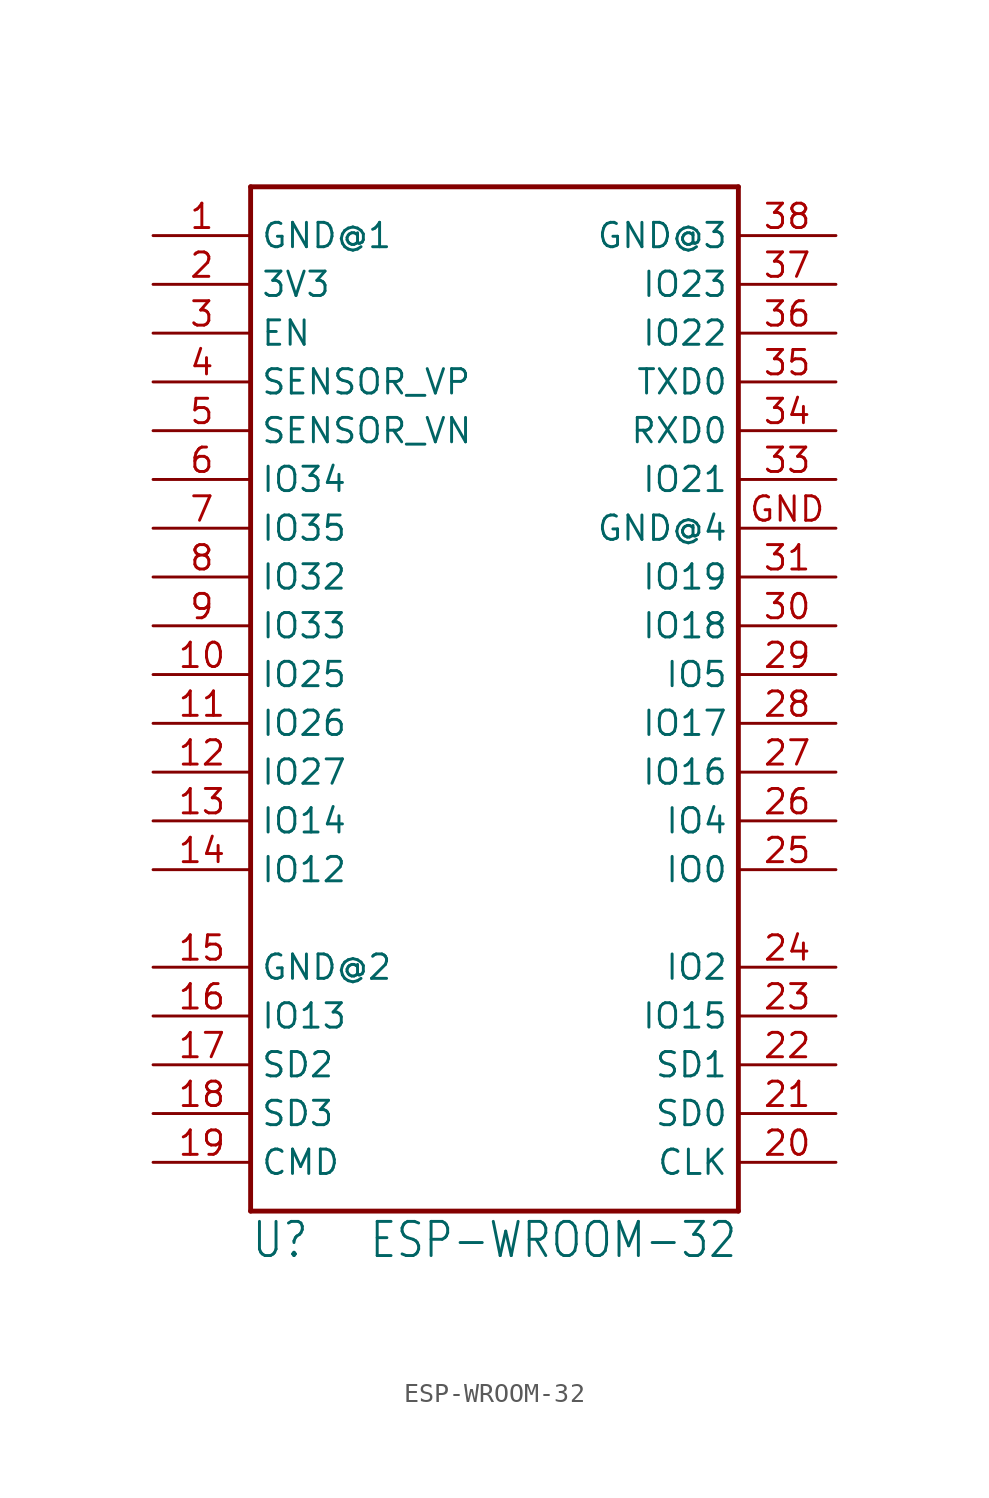
<source format=kicad_sym>
(kicad_symbol_lib
  (version 20211014)
  (generator kicad_symbol_editor)
  (symbol "ESP-WROOM-32"
    (property "Reference" "U"
      (at -12.7 -27.94 0)
      (effects (font (size 1.778 1.511)) (justify left bottom)))
    (property "Value" "ESP-WROOM-32"
      (at 12.7 -27.94 0)
      (effects (font (size 1.778 1.511)) (justify right bottom)))
    (property "ki_locked" ""
      (at 0 0 0)
      (effects (font (size 1.27 1.27))))
    (symbol "ESP-WROOM-32_1_0"
      (polyline (pts (xy -12.7 -25.4) (xy -12.7 27.94)) (stroke (width 0.254) (type default) (color 0 0 0 0)) (fill (type none)))
      (polyline (pts (xy -12.7 27.94) (xy 12.7 27.94)) (stroke (width 0.254) (type default) (color 0 0 0 0)) (fill (type none)))
      (polyline (pts (xy 12.7 -25.4) (xy -12.7 -25.4)) (stroke (width 0.254) (type default) (color 0 0 0 0)) (fill (type none)))
      (polyline (pts (xy 12.7 27.94) (xy 12.7 -25.4)) (stroke (width 0.254) (type default) (color 0 0 0 0)) (fill (type none)))
      (pin power_in line (at -17.78 25.4 0) (length 5.08) (name "GND@1" (effects (font (size 1.27 1.27)))) (number "1" (effects (font (size 1.27 1.27)))))
      (pin bidirectional line (at -17.78 2.54 0) (length 5.08) (name "IO25" (effects (font (size 1.27 1.27)))) (number "10" (effects (font (size 1.27 1.27)))))
      (pin bidirectional line (at -17.78 0 0) (length 5.08) (name "IO26" (effects (font (size 1.27 1.27)))) (number "11" (effects (font (size 1.27 1.27)))))
      (pin bidirectional line (at -17.78 -2.54 0) (length 5.08) (name "IO27" (effects (font (size 1.27 1.27)))) (number "12" (effects (font (size 1.27 1.27)))))
      (pin bidirectional line (at -17.78 -5.08 0) (length 5.08) (name "IO14" (effects (font (size 1.27 1.27)))) (number "13" (effects (font (size 1.27 1.27)))))
      (pin bidirectional line (at -17.78 -7.62 0) (length 5.08) (name "IO12" (effects (font (size 1.27 1.27)))) (number "14" (effects (font (size 1.27 1.27)))))
      (pin power_in line (at -17.78 -12.7 0) (length 5.08) (name "GND@2" (effects (font (size 1.27 1.27)))) (number "15" (effects (font (size 1.27 1.27)))))
      (pin bidirectional line (at -17.78 -15.24 0) (length 5.08) (name "IO13" (effects (font (size 1.27 1.27)))) (number "16" (effects (font (size 1.27 1.27)))))
      (pin bidirectional line (at -17.78 -17.78 0) (length 5.08) (name "SD2" (effects (font (size 1.27 1.27)))) (number "17" (effects (font (size 1.27 1.27)))))
      (pin bidirectional line (at -17.78 -20.32 0) (length 5.08) (name "SD3" (effects (font (size 1.27 1.27)))) (number "18" (effects (font (size 1.27 1.27)))))
      (pin bidirectional line (at -17.78 -22.86 0) (length 5.08) (name "CMD" (effects (font (size 1.27 1.27)))) (number "19" (effects (font (size 1.27 1.27)))))
      (pin power_in line (at -17.78 22.86 0) (length 5.08) (name "3V3" (effects (font (size 1.27 1.27)))) (number "2" (effects (font (size 1.27 1.27)))))
      (pin bidirectional line (at 17.78 -22.86 180) (length 5.08) (name "CLK" (effects (font (size 1.27 1.27)))) (number "20" (effects (font (size 1.27 1.27)))))
      (pin bidirectional line (at 17.78 -20.32 180) (length 5.08) (name "SD0" (effects (font (size 1.27 1.27)))) (number "21" (effects (font (size 1.27 1.27)))))
      (pin bidirectional line (at 17.78 -17.78 180) (length 5.08) (name "SD1" (effects (font (size 1.27 1.27)))) (number "22" (effects (font (size 1.27 1.27)))))
      (pin bidirectional line (at 17.78 -15.24 180) (length 5.08) (name "IO15" (effects (font (size 1.27 1.27)))) (number "23" (effects (font (size 1.27 1.27)))))
      (pin bidirectional line (at 17.78 -12.7 180) (length 5.08) (name "IO2" (effects (font (size 1.27 1.27)))) (number "24" (effects (font (size 1.27 1.27)))))
      (pin bidirectional line (at 17.78 -7.62 180) (length 5.08) (name "IO0" (effects (font (size 1.27 1.27)))) (number "25" (effects (font (size 1.27 1.27)))))
      (pin bidirectional line (at 17.78 -5.08 180) (length 5.08) (name "IO4" (effects (font (size 1.27 1.27)))) (number "26" (effects (font (size 1.27 1.27)))))
      (pin bidirectional line (at 17.78 -2.54 180) (length 5.08) (name "IO16" (effects (font (size 1.27 1.27)))) (number "27" (effects (font (size 1.27 1.27)))))
      (pin bidirectional line (at 17.78 0 180) (length 5.08) (name "IO17" (effects (font (size 1.27 1.27)))) (number "28" (effects (font (size 1.27 1.27)))))
      (pin bidirectional line (at 17.78 2.54 180) (length 5.08) (name "IO5" (effects (font (size 1.27 1.27)))) (number "29" (effects (font (size 1.27 1.27)))))
      (pin input line (at -17.78 20.32 0) (length 5.08) (name "EN" (effects (font (size 1.27 1.27)))) (number "3" (effects (font (size 1.27 1.27)))))
      (pin bidirectional line (at 17.78 5.08 180) (length 5.08) (name "IO18" (effects (font (size 1.27 1.27)))) (number "30" (effects (font (size 1.27 1.27)))))
      (pin bidirectional line (at 17.78 7.62 180) (length 5.08) (name "IO19" (effects (font (size 1.27 1.27)))) (number "31" (effects (font (size 1.27 1.27)))))
      (pin bidirectional line (at 17.78 12.7 180) (length 5.08) (name "IO21" (effects (font (size 1.27 1.27)))) (number "33" (effects (font (size 1.27 1.27)))))
      (pin bidirectional line (at 17.78 15.24 180) (length 5.08) (name "RXD0" (effects (font (size 1.27 1.27)))) (number "34" (effects (font (size 1.27 1.27)))))
      (pin bidirectional line (at 17.78 17.78 180) (length 5.08) (name "TXD0" (effects (font (size 1.27 1.27)))) (number "35" (effects (font (size 1.27 1.27)))))
      (pin bidirectional line (at 17.78 20.32 180) (length 5.08) (name "IO22" (effects (font (size 1.27 1.27)))) (number "36" (effects (font (size 1.27 1.27)))))
      (pin bidirectional line (at 17.78 22.86 180) (length 5.08) (name "IO23" (effects (font (size 1.27 1.27)))) (number "37" (effects (font (size 1.27 1.27)))))
      (pin power_in line (at 17.78 25.4 180) (length 5.08) (name "GND@3" (effects (font (size 1.27 1.27)))) (number "38" (effects (font (size 1.27 1.27)))))
      (pin bidirectional line (at -17.78 17.78 0) (length 5.08) (name "SENSOR_VP" (effects (font (size 1.27 1.27)))) (number "4" (effects (font (size 1.27 1.27)))))
      (pin bidirectional line (at -17.78 15.24 0) (length 5.08) (name "SENSOR_VN" (effects (font (size 1.27 1.27)))) (number "5" (effects (font (size 1.27 1.27)))))
      (pin bidirectional line (at -17.78 12.7 0) (length 5.08) (name "IO34" (effects (font (size 1.27 1.27)))) (number "6" (effects (font (size 1.27 1.27)))))
      (pin bidirectional line (at -17.78 10.16 0) (length 5.08) (name "IO35" (effects (font (size 1.27 1.27)))) (number "7" (effects (font (size 1.27 1.27)))))
      (pin bidirectional line (at -17.78 7.62 0) (length 5.08) (name "IO32" (effects (font (size 1.27 1.27)))) (number "8" (effects (font (size 1.27 1.27)))))
      (pin bidirectional line (at -17.78 5.08 0) (length 5.08) (name "IO33" (effects (font (size 1.27 1.27)))) (number "9" (effects (font (size 1.27 1.27)))))
      (pin power_in line (at 17.78 10.16 180) (length 5.08) (name "GND@4" (effects (font (size 1.27 1.27)))) (number "GND" (effects (font (size 1.27 1.27))))))))
</source>
